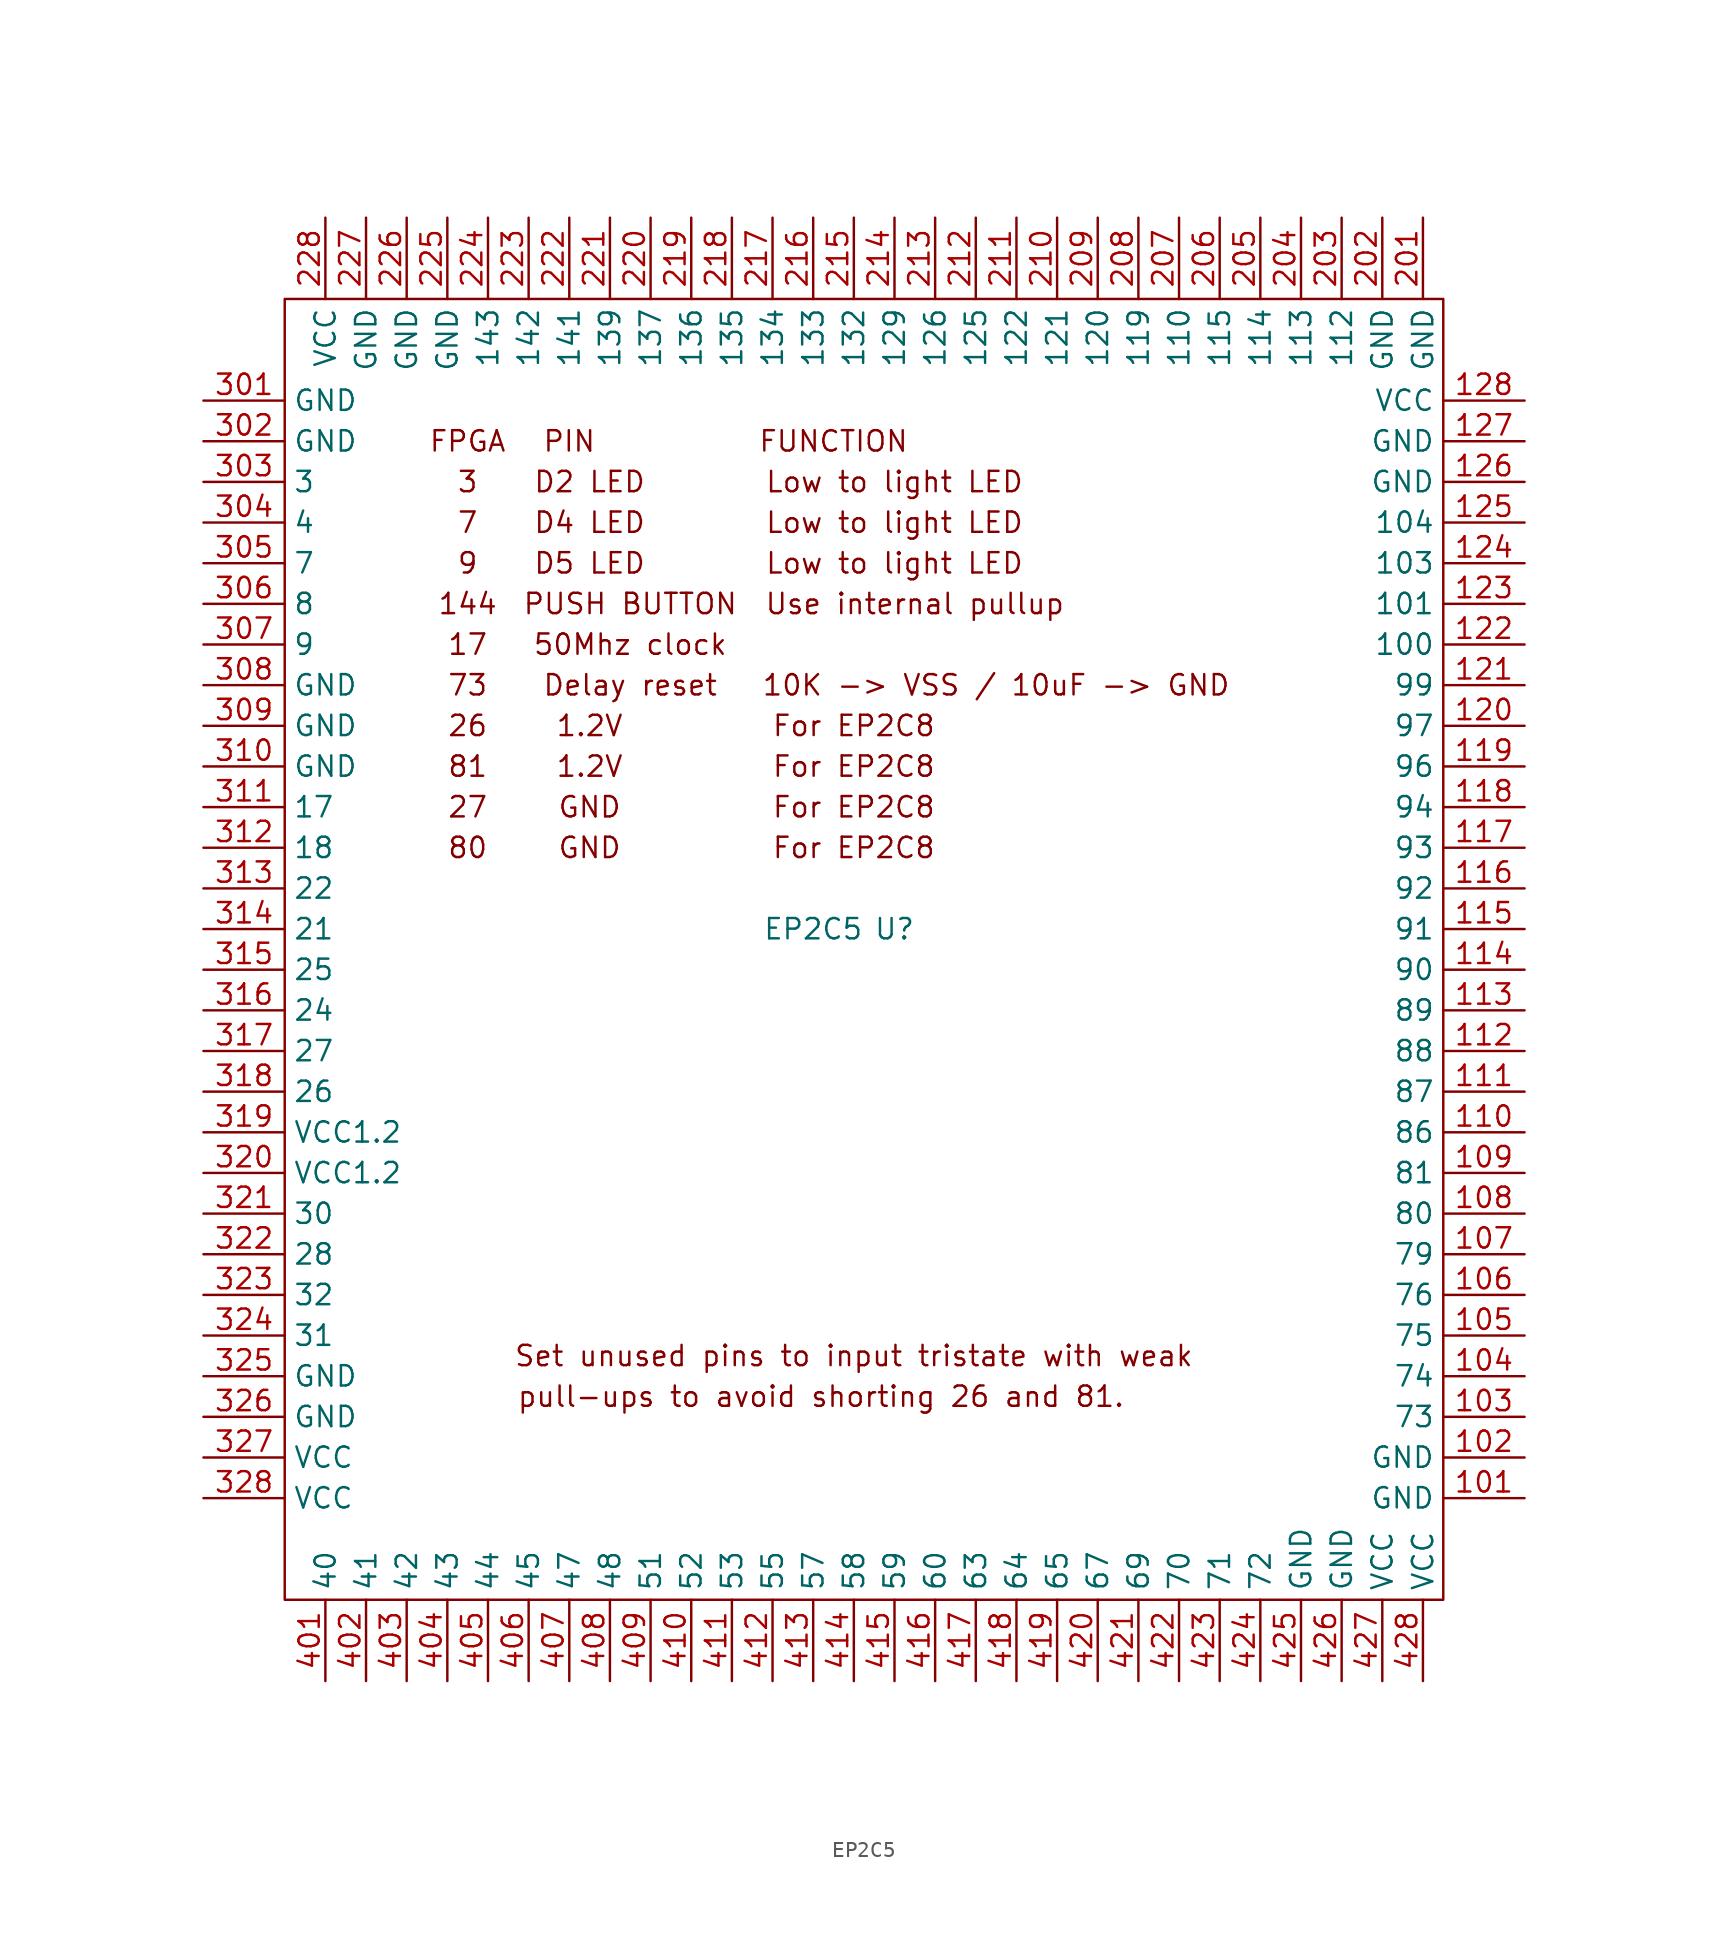
<source format=kicad_sym>
(kicad_symbol_lib
  (version 20211014)
  (generator kicad_symbol_editor)
  (symbol "EP2C5"
    (property "Reference" "U"
      (at 2.54 0 0)
      (effects (font (size 1.27 1.27))))
    (property "Value" "EP2C5"
      (at -2.54 0 0)
      (effects (font (size 1.27 1.27))))
    (symbol "EP2C5_0_0"
      (text " pull-ups to avoid shorting 26 and 81." (at -2.54 -29.21 0) (effects (font (size 1.27 1.27))))
      (text "1.2V" (at -16.51 10.16 0) (effects (font (size 1.27 1.27))))
      (text "1.2V" (at -16.51 12.7 0) (effects (font (size 1.27 1.27))))
      (text "10K -> VSS / 10uF -> GND" (at 8.89 15.24 0) (effects (font (size 1.27 1.27))))
      (text "144" (at -24.13 20.32 0) (effects (font (size 1.27 1.27))))
      (text "17" (at -24.13 17.78 0) (effects (font (size 1.27 1.27))))
      (text "26" (at -24.13 12.7 0) (effects (font (size 1.27 1.27))))
      (text "27" (at -24.13 7.62 0) (effects (font (size 1.27 1.27))))
      (text "3" (at -24.13 27.94 0) (effects (font (size 1.27 1.27))))
      (text "50Mhz clock" (at -13.97 17.78 0) (effects (font (size 1.27 1.27))))
      (text "7" (at -24.13 25.4 0) (effects (font (size 1.27 1.27))))
      (text "73" (at -24.13 15.24 0) (effects (font (size 1.27 1.27))))
      (text "80" (at -24.13 5.08 0) (effects (font (size 1.27 1.27))))
      (text "81" (at -24.13 10.16 0) (effects (font (size 1.27 1.27))))
      (text "9" (at -24.13 22.86 0) (effects (font (size 1.27 1.27))))
      (text "D2 LED" (at -16.51 27.94 0) (effects (font (size 1.27 1.27))))
      (text "D4 LED" (at -16.51 25.4 0) (effects (font (size 1.27 1.27))))
      (text "D5 LED" (at -16.51 22.86 0) (effects (font (size 1.27 1.27))))
      (text "Delay reset" (at -13.97 15.24 0) (effects (font (size 1.27 1.27))))
      (text "For EP2C8" (at 0 5.08 0) (effects (font (size 1.27 1.27))))
      (text "For EP2C8" (at 0 7.62 0) (effects (font (size 1.27 1.27))))
      (text "For EP2C8" (at 0 10.16 0) (effects (font (size 1.27 1.27))))
      (text "For EP2C8" (at 0 12.7 0) (effects (font (size 1.27 1.27))))
      (text "FPGA" (at -24.13 30.48 0) (effects (font (size 1.27 1.27))))
      (text "FUNCTION" (at -1.27 30.48 0) (effects (font (size 1.27 1.27))))
      (text "GND" (at -16.51 5.08 0) (effects (font (size 1.27 1.27))))
      (text "GND" (at -16.51 7.62 0) (effects (font (size 1.27 1.27))))
      (text "Low to light LED" (at 2.54 22.86 0) (effects (font (size 1.27 1.27))))
      (text "Low to light LED" (at 2.54 25.4 0) (effects (font (size 1.27 1.27))))
      (text "Low to light LED" (at 2.54 27.94 0) (effects (font (size 1.27 1.27))))
      (text "PIN" (at -17.78 30.48 0) (effects (font (size 1.27 1.27))))
      (text "PUSH BUTTON" (at -13.97 20.32 0) (effects (font (size 1.27 1.27))))
      (text "Set unused pins to input tristate with weak" (at 0 -26.67 0) (effects (font (size 1.27 1.27))))
      (text "Use internal pullup" (at 3.81 20.32 0) (effects (font (size 1.27 1.27)))))
    (symbol "EP2C5_0_1"
      (rectangle (start -35.56 39.37) (end 36.83 -41.91) (stroke (width 0) (type default) (color 0 0 0 0)) (fill (type none))))
    (symbol "EP2C5_1_1"
      (pin unspecified line (at 41.91 -35.56 180) (length 5.08) (name "GND" (effects (font (size 1.27 1.27)))) (number "101" (effects (font (size 1.27 1.27)))))
      (pin unspecified line (at 41.91 -33.02 180) (length 5.08) (name "GND" (effects (font (size 1.27 1.27)))) (number "102" (effects (font (size 1.27 1.27)))))
      (pin unspecified line (at 41.91 -30.48 180) (length 5.08) (name "73" (effects (font (size 1.27 1.27)))) (number "103" (effects (font (size 1.27 1.27)))))
      (pin unspecified line (at 41.91 -27.94 180) (length 5.08) (name "74" (effects (font (size 1.27 1.27)))) (number "104" (effects (font (size 1.27 1.27)))))
      (pin unspecified line (at 41.91 -25.4 180) (length 5.08) (name "75" (effects (font (size 1.27 1.27)))) (number "105" (effects (font (size 1.27 1.27)))))
      (pin unspecified line (at 41.91 -22.86 180) (length 5.08) (name "76" (effects (font (size 1.27 1.27)))) (number "106" (effects (font (size 1.27 1.27)))))
      (pin unspecified line (at 41.91 -20.32 180) (length 5.08) (name "79" (effects (font (size 1.27 1.27)))) (number "107" (effects (font (size 1.27 1.27)))))
      (pin unspecified line (at 41.91 -17.78 180) (length 5.08) (name "80" (effects (font (size 1.27 1.27)))) (number "108" (effects (font (size 1.27 1.27)))))
      (pin unspecified line (at 41.91 -15.24 180) (length 5.08) (name "81" (effects (font (size 1.27 1.27)))) (number "109" (effects (font (size 1.27 1.27)))))
      (pin unspecified line (at 41.91 -12.7 180) (length 5.08) (name "86" (effects (font (size 1.27 1.27)))) (number "110" (effects (font (size 1.27 1.27)))))
      (pin unspecified line (at 41.91 -10.16 180) (length 5.08) (name "87" (effects (font (size 1.27 1.27)))) (number "111" (effects (font (size 1.27 1.27)))))
      (pin unspecified line (at 41.91 -7.62 180) (length 5.08) (name "88" (effects (font (size 1.27 1.27)))) (number "112" (effects (font (size 1.27 1.27)))))
      (pin unspecified line (at 41.91 -5.08 180) (length 5.08) (name "89" (effects (font (size 1.27 1.27)))) (number "113" (effects (font (size 1.27 1.27)))))
      (pin unspecified line (at 41.91 -2.54 180) (length 5.08) (name "90" (effects (font (size 1.27 1.27)))) (number "114" (effects (font (size 1.27 1.27)))))
      (pin unspecified line (at 41.91 0 180) (length 5.08) (name "91" (effects (font (size 1.27 1.27)))) (number "115" (effects (font (size 1.27 1.27)))))
      (pin unspecified line (at 41.91 2.54 180) (length 5.08) (name "92" (effects (font (size 1.27 1.27)))) (number "116" (effects (font (size 1.27 1.27)))))
      (pin unspecified line (at 41.91 5.08 180) (length 5.08) (name "93" (effects (font (size 1.27 1.27)))) (number "117" (effects (font (size 1.27 1.27)))))
      (pin unspecified line (at 41.91 7.62 180) (length 5.08) (name "94" (effects (font (size 1.27 1.27)))) (number "118" (effects (font (size 1.27 1.27)))))
      (pin unspecified line (at 41.91 10.16 180) (length 5.08) (name "96" (effects (font (size 1.27 1.27)))) (number "119" (effects (font (size 1.27 1.27)))))
      (pin unspecified line (at 41.91 12.7 180) (length 5.08) (name "97" (effects (font (size 1.27 1.27)))) (number "120" (effects (font (size 1.27 1.27)))))
      (pin unspecified line (at 41.91 15.24 180) (length 5.08) (name "99" (effects (font (size 1.27 1.27)))) (number "121" (effects (font (size 1.27 1.27)))))
      (pin unspecified line (at 41.91 17.78 180) (length 5.08) (name "100" (effects (font (size 1.27 1.27)))) (number "122" (effects (font (size 1.27 1.27)))))
      (pin unspecified line (at 41.91 20.32 180) (length 5.08) (name "101" (effects (font (size 1.27 1.27)))) (number "123" (effects (font (size 1.27 1.27)))))
      (pin unspecified line (at 41.91 22.86 180) (length 5.08) (name "103" (effects (font (size 1.27 1.27)))) (number "124" (effects (font (size 1.27 1.27)))))
      (pin unspecified line (at 41.91 25.4 180) (length 5.08) (name "104" (effects (font (size 1.27 1.27)))) (number "125" (effects (font (size 1.27 1.27)))))
      (pin unspecified line (at 41.91 27.94 180) (length 5.08) (name "GND" (effects (font (size 1.27 1.27)))) (number "126" (effects (font (size 1.27 1.27)))))
      (pin unspecified line (at 41.91 30.48 180) (length 5.08) (name "GND" (effects (font (size 1.27 1.27)))) (number "127" (effects (font (size 1.27 1.27)))))
      (pin unspecified line (at 41.91 33.02 180) (length 5.08) (name "VCC" (effects (font (size 1.27 1.27)))) (number "128" (effects (font (size 1.27 1.27)))))
      (pin unspecified line (at 35.56 44.45 270) (length 5.08) (name "GND" (effects (font (size 1.27 1.27)))) (number "201" (effects (font (size 1.27 1.27)))))
      (pin unspecified line (at 33.02 44.45 270) (length 5.08) (name "GND" (effects (font (size 1.27 1.27)))) (number "202" (effects (font (size 1.27 1.27)))))
      (pin unspecified line (at 30.48 44.45 270) (length 5.08) (name "112" (effects (font (size 1.27 1.27)))) (number "203" (effects (font (size 1.27 1.27)))))
      (pin unspecified line (at 27.94 44.45 270) (length 5.08) (name "113" (effects (font (size 1.27 1.27)))) (number "204" (effects (font (size 1.27 1.27)))))
      (pin unspecified line (at 25.4 44.45 270) (length 5.08) (name "114" (effects (font (size 1.27 1.27)))) (number "205" (effects (font (size 1.27 1.27)))))
      (pin unspecified line (at 22.86 44.45 270) (length 5.08) (name "115" (effects (font (size 1.27 1.27)))) (number "206" (effects (font (size 1.27 1.27)))))
      (pin unspecified line (at 20.32 44.45 270) (length 5.08) (name "110" (effects (font (size 1.27 1.27)))) (number "207" (effects (font (size 1.27 1.27)))))
      (pin unspecified line (at 17.78 44.45 270) (length 5.08) (name "119" (effects (font (size 1.27 1.27)))) (number "208" (effects (font (size 1.27 1.27)))))
      (pin unspecified line (at 15.24 44.45 270) (length 5.08) (name "120" (effects (font (size 1.27 1.27)))) (number "209" (effects (font (size 1.27 1.27)))))
      (pin unspecified line (at 12.7 44.45 270) (length 5.08) (name "121" (effects (font (size 1.27 1.27)))) (number "210" (effects (font (size 1.27 1.27)))))
      (pin unspecified line (at 10.16 44.45 270) (length 5.08) (name "122" (effects (font (size 1.27 1.27)))) (number "211" (effects (font (size 1.27 1.27)))))
      (pin unspecified line (at 7.62 44.45 270) (length 5.08) (name "125" (effects (font (size 1.27 1.27)))) (number "212" (effects (font (size 1.27 1.27)))))
      (pin unspecified line (at 5.08 44.45 270) (length 5.08) (name "126" (effects (font (size 1.27 1.27)))) (number "213" (effects (font (size 1.27 1.27)))))
      (pin unspecified line (at 2.54 44.45 270) (length 5.08) (name "129" (effects (font (size 1.27 1.27)))) (number "214" (effects (font (size 1.27 1.27)))))
      (pin unspecified line (at 0 44.45 270) (length 5.08) (name "132" (effects (font (size 1.27 1.27)))) (number "215" (effects (font (size 1.27 1.27)))))
      (pin unspecified line (at -2.54 44.45 270) (length 5.08) (name "133" (effects (font (size 1.27 1.27)))) (number "216" (effects (font (size 1.27 1.27)))))
      (pin unspecified line (at -5.08 44.45 270) (length 5.08) (name "134" (effects (font (size 1.27 1.27)))) (number "217" (effects (font (size 1.27 1.27)))))
      (pin unspecified line (at -7.62 44.45 270) (length 5.08) (name "135" (effects (font (size 1.27 1.27)))) (number "218" (effects (font (size 1.27 1.27)))))
      (pin unspecified line (at -10.16 44.45 270) (length 5.08) (name "136" (effects (font (size 1.27 1.27)))) (number "219" (effects (font (size 1.27 1.27)))))
      (pin unspecified line (at -12.7 44.45 270) (length 5.08) (name "137" (effects (font (size 1.27 1.27)))) (number "220" (effects (font (size 1.27 1.27)))))
      (pin unspecified line (at -15.24 44.45 270) (length 5.08) (name "139" (effects (font (size 1.27 1.27)))) (number "221" (effects (font (size 1.27 1.27)))))
      (pin unspecified line (at -17.78 44.45 270) (length 5.08) (name "141" (effects (font (size 1.27 1.27)))) (number "222" (effects (font (size 1.27 1.27)))))
      (pin unspecified line (at -20.32 44.45 270) (length 5.08) (name "142" (effects (font (size 1.27 1.27)))) (number "223" (effects (font (size 1.27 1.27)))))
      (pin unspecified line (at -22.86 44.45 270) (length 5.08) (name "143" (effects (font (size 1.27 1.27)))) (number "224" (effects (font (size 1.27 1.27)))))
      (pin unspecified line (at -25.4 44.45 270) (length 5.08) (name "GND" (effects (font (size 1.27 1.27)))) (number "225" (effects (font (size 1.27 1.27)))))
      (pin unspecified line (at -27.94 44.45 270) (length 5.08) (name "GND" (effects (font (size 1.27 1.27)))) (number "226" (effects (font (size 1.27 1.27)))))
      (pin unspecified line (at -30.48 44.45 270) (length 5.08) (name "GND" (effects (font (size 1.27 1.27)))) (number "227" (effects (font (size 1.27 1.27)))))
      (pin unspecified line (at -33.02 44.45 270) (length 5.08) (name "VCC" (effects (font (size 1.27 1.27)))) (number "228" (effects (font (size 1.27 1.27)))))
      (pin unspecified line (at -40.64 33.02 0) (length 5.08) (name "GND" (effects (font (size 1.27 1.27)))) (number "301" (effects (font (size 1.27 1.27)))))
      (pin unspecified line (at -40.64 30.48 0) (length 5.08) (name "GND" (effects (font (size 1.27 1.27)))) (number "302" (effects (font (size 1.27 1.27)))))
      (pin unspecified line (at -40.64 27.94 0) (length 5.08) (name "3" (effects (font (size 1.27 1.27)))) (number "303" (effects (font (size 1.27 1.27)))))
      (pin unspecified line (at -40.64 25.4 0) (length 5.08) (name "4" (effects (font (size 1.27 1.27)))) (number "304" (effects (font (size 1.27 1.27)))))
      (pin unspecified line (at -40.64 22.86 0) (length 5.08) (name "7" (effects (font (size 1.27 1.27)))) (number "305" (effects (font (size 1.27 1.27)))))
      (pin unspecified line (at -40.64 20.32 0) (length 5.08) (name "8" (effects (font (size 1.27 1.27)))) (number "306" (effects (font (size 1.27 1.27)))))
      (pin unspecified line (at -40.64 17.78 0) (length 5.08) (name "9" (effects (font (size 1.27 1.27)))) (number "307" (effects (font (size 1.27 1.27)))))
      (pin unspecified line (at -40.64 15.24 0) (length 5.08) (name "GND" (effects (font (size 1.27 1.27)))) (number "308" (effects (font (size 1.27 1.27)))))
      (pin unspecified line (at -40.64 12.7 0) (length 5.08) (name "GND" (effects (font (size 1.27 1.27)))) (number "309" (effects (font (size 1.27 1.27)))))
      (pin unspecified line (at -40.64 10.16 0) (length 5.08) (name "GND" (effects (font (size 1.27 1.27)))) (number "310" (effects (font (size 1.27 1.27)))))
      (pin unspecified line (at -40.64 7.62 0) (length 5.08) (name "17" (effects (font (size 1.27 1.27)))) (number "311" (effects (font (size 1.27 1.27)))))
      (pin unspecified line (at -40.64 5.08 0) (length 5.08) (name "18" (effects (font (size 1.27 1.27)))) (number "312" (effects (font (size 1.27 1.27)))))
      (pin unspecified line (at -40.64 2.54 0) (length 5.08) (name "22" (effects (font (size 1.27 1.27)))) (number "313" (effects (font (size 1.27 1.27)))))
      (pin unspecified line (at -40.64 0 0) (length 5.08) (name "21" (effects (font (size 1.27 1.27)))) (number "314" (effects (font (size 1.27 1.27)))))
      (pin unspecified line (at -40.64 -2.54 0) (length 5.08) (name "25" (effects (font (size 1.27 1.27)))) (number "315" (effects (font (size 1.27 1.27)))))
      (pin unspecified line (at -40.64 -5.08 0) (length 5.08) (name "24" (effects (font (size 1.27 1.27)))) (number "316" (effects (font (size 1.27 1.27)))))
      (pin unspecified line (at -40.64 -7.62 0) (length 5.08) (name "27" (effects (font (size 1.27 1.27)))) (number "317" (effects (font (size 1.27 1.27)))))
      (pin unspecified line (at -40.64 -10.16 0) (length 5.08) (name "26" (effects (font (size 1.27 1.27)))) (number "318" (effects (font (size 1.27 1.27)))))
      (pin unspecified line (at -40.64 -12.7 0) (length 5.08) (name "VCC1.2" (effects (font (size 1.27 1.27)))) (number "319" (effects (font (size 1.27 1.27)))))
      (pin unspecified line (at -40.64 -15.24 0) (length 5.08) (name "VCC1.2" (effects (font (size 1.27 1.27)))) (number "320" (effects (font (size 1.27 1.27)))))
      (pin unspecified line (at -40.64 -17.78 0) (length 5.08) (name "30" (effects (font (size 1.27 1.27)))) (number "321" (effects (font (size 1.27 1.27)))))
      (pin unspecified line (at -40.64 -20.32 0) (length 5.08) (name "28" (effects (font (size 1.27 1.27)))) (number "322" (effects (font (size 1.27 1.27)))))
      (pin unspecified line (at -40.64 -22.86 0) (length 5.08) (name "32" (effects (font (size 1.27 1.27)))) (number "323" (effects (font (size 1.27 1.27)))))
      (pin unspecified line (at -40.64 -25.4 0) (length 5.08) (name "31" (effects (font (size 1.27 1.27)))) (number "324" (effects (font (size 1.27 1.27)))))
      (pin unspecified line (at -40.64 -27.94 0) (length 5.08) (name "GND" (effects (font (size 1.27 1.27)))) (number "325" (effects (font (size 1.27 1.27)))))
      (pin unspecified line (at -40.64 -30.48 0) (length 5.08) (name "GND" (effects (font (size 1.27 1.27)))) (number "326" (effects (font (size 1.27 1.27)))))
      (pin unspecified line (at -40.64 -33.02 0) (length 5.08) (name "VCC" (effects (font (size 1.27 1.27)))) (number "327" (effects (font (size 1.27 1.27)))))
      (pin unspecified line (at -40.64 -35.56 0) (length 5.08) (name "VCC" (effects (font (size 1.27 1.27)))) (number "328" (effects (font (size 1.27 1.27)))))
      (pin unspecified line (at -33.02 -46.99 90) (length 5.08) (name "40" (effects (font (size 1.27 1.27)))) (number "401" (effects (font (size 1.27 1.27)))))
      (pin unspecified line (at -30.48 -46.99 90) (length 5.08) (name "41" (effects (font (size 1.27 1.27)))) (number "402" (effects (font (size 1.27 1.27)))))
      (pin unspecified line (at -27.94 -46.99 90) (length 5.08) (name "42" (effects (font (size 1.27 1.27)))) (number "403" (effects (font (size 1.27 1.27)))))
      (pin unspecified line (at -25.4 -46.99 90) (length 5.08) (name "43" (effects (font (size 1.27 1.27)))) (number "404" (effects (font (size 1.27 1.27)))))
      (pin unspecified line (at -22.86 -46.99 90) (length 5.08) (name "44" (effects (font (size 1.27 1.27)))) (number "405" (effects (font (size 1.27 1.27)))))
      (pin unspecified line (at -20.32 -46.99 90) (length 5.08) (name "45" (effects (font (size 1.27 1.27)))) (number "406" (effects (font (size 1.27 1.27)))))
      (pin unspecified line (at -17.78 -46.99 90) (length 5.08) (name "47" (effects (font (size 1.27 1.27)))) (number "407" (effects (font (size 1.27 1.27)))))
      (pin unspecified line (at -15.24 -46.99 90) (length 5.08) (name "48" (effects (font (size 1.27 1.27)))) (number "408" (effects (font (size 1.27 1.27)))))
      (pin unspecified line (at -12.7 -46.99 90) (length 5.08) (name "51" (effects (font (size 1.27 1.27)))) (number "409" (effects (font (size 1.27 1.27)))))
      (pin unspecified line (at -10.16 -46.99 90) (length 5.08) (name "52" (effects (font (size 1.27 1.27)))) (number "410" (effects (font (size 1.27 1.27)))))
      (pin unspecified line (at -7.62 -46.99 90) (length 5.08) (name "53" (effects (font (size 1.27 1.27)))) (number "411" (effects (font (size 1.27 1.27)))))
      (pin unspecified line (at -5.08 -46.99 90) (length 5.08) (name "55" (effects (font (size 1.27 1.27)))) (number "412" (effects (font (size 1.27 1.27)))))
      (pin unspecified line (at -2.54 -46.99 90) (length 5.08) (name "57" (effects (font (size 1.27 1.27)))) (number "413" (effects (font (size 1.27 1.27)))))
      (pin unspecified line (at 0 -46.99 90) (length 5.08) (name "58" (effects (font (size 1.27 1.27)))) (number "414" (effects (font (size 1.27 1.27)))))
      (pin unspecified line (at 2.54 -46.99 90) (length 5.08) (name "59" (effects (font (size 1.27 1.27)))) (number "415" (effects (font (size 1.27 1.27)))))
      (pin unspecified line (at 5.08 -46.99 90) (length 5.08) (name "60" (effects (font (size 1.27 1.27)))) (number "416" (effects (font (size 1.27 1.27)))))
      (pin unspecified line (at 7.62 -46.99 90) (length 5.08) (name "63" (effects (font (size 1.27 1.27)))) (number "417" (effects (font (size 1.27 1.27)))))
      (pin unspecified line (at 10.16 -46.99 90) (length 5.08) (name "64" (effects (font (size 1.27 1.27)))) (number "418" (effects (font (size 1.27 1.27)))))
      (pin unspecified line (at 12.7 -46.99 90) (length 5.08) (name "65" (effects (font (size 1.27 1.27)))) (number "419" (effects (font (size 1.27 1.27)))))
      (pin unspecified line (at 15.24 -46.99 90) (length 5.08) (name "67" (effects (font (size 1.27 1.27)))) (number "420" (effects (font (size 1.27 1.27)))))
      (pin unspecified line (at 17.78 -46.99 90) (length 5.08) (name "69" (effects (font (size 1.27 1.27)))) (number "421" (effects (font (size 1.27 1.27)))))
      (pin unspecified line (at 20.32 -46.99 90) (length 5.08) (name "70" (effects (font (size 1.27 1.27)))) (number "422" (effects (font (size 1.27 1.27)))))
      (pin unspecified line (at 22.86 -46.99 90) (length 5.08) (name "71" (effects (font (size 1.27 1.27)))) (number "423" (effects (font (size 1.27 1.27)))))
      (pin unspecified line (at 25.4 -46.99 90) (length 5.08) (name "72" (effects (font (size 1.27 1.27)))) (number "424" (effects (font (size 1.27 1.27)))))
      (pin unspecified line (at 27.94 -46.99 90) (length 5.08) (name "GND" (effects (font (size 1.27 1.27)))) (number "425" (effects (font (size 1.27 1.27)))))
      (pin unspecified line (at 30.48 -46.99 90) (length 5.08) (name "GND" (effects (font (size 1.27 1.27)))) (number "426" (effects (font (size 1.27 1.27)))))
      (pin unspecified line (at 33.02 -46.99 90) (length 5.08) (name "VCC" (effects (font (size 1.27 1.27)))) (number "427" (effects (font (size 1.27 1.27)))))
      (pin unspecified line (at 35.56 -46.99 90) (length 5.08) (name "VCC" (effects (font (size 1.27 1.27)))) (number "428" (effects (font (size 1.27 1.27))))))))
</source>
